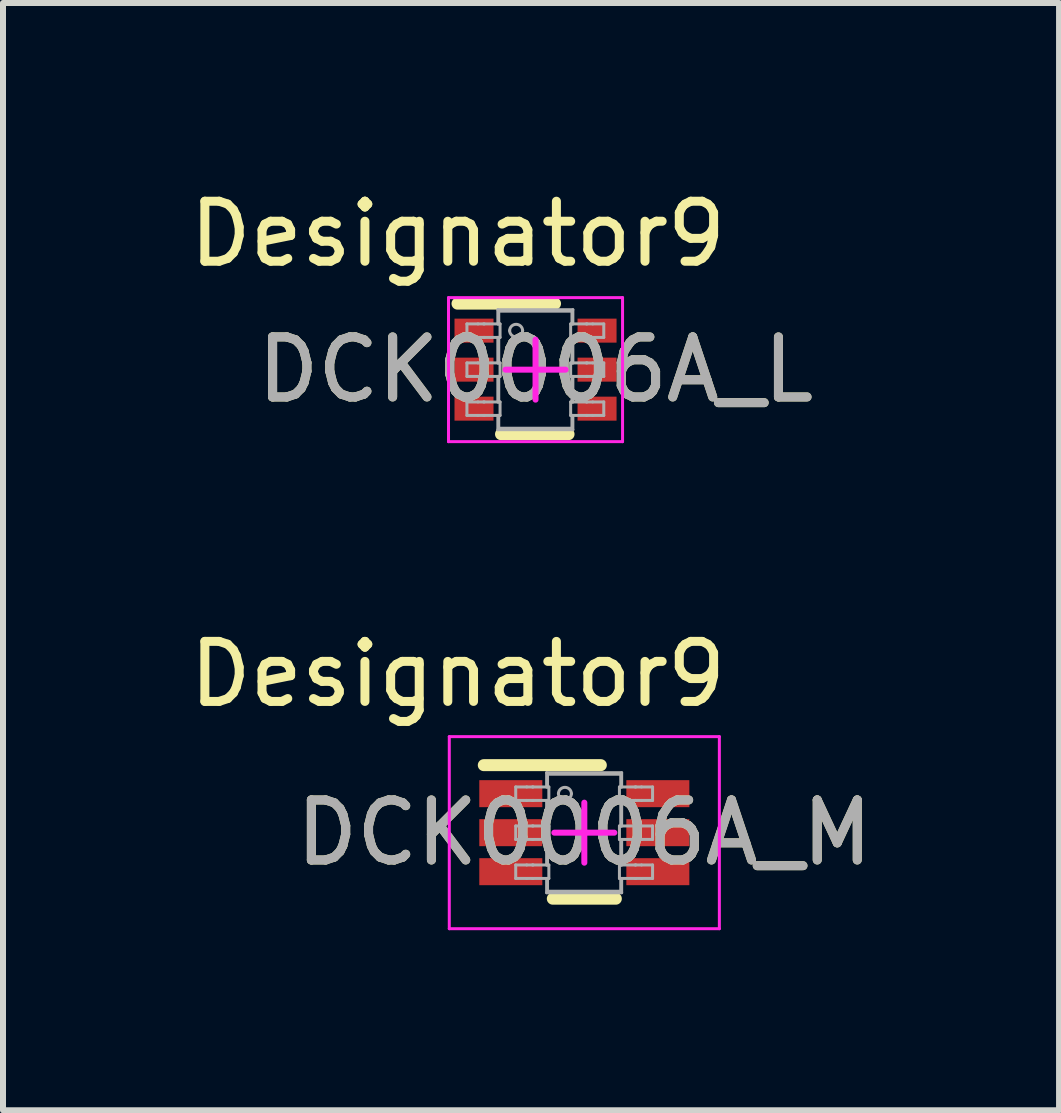
<source format=kicad_pcb>
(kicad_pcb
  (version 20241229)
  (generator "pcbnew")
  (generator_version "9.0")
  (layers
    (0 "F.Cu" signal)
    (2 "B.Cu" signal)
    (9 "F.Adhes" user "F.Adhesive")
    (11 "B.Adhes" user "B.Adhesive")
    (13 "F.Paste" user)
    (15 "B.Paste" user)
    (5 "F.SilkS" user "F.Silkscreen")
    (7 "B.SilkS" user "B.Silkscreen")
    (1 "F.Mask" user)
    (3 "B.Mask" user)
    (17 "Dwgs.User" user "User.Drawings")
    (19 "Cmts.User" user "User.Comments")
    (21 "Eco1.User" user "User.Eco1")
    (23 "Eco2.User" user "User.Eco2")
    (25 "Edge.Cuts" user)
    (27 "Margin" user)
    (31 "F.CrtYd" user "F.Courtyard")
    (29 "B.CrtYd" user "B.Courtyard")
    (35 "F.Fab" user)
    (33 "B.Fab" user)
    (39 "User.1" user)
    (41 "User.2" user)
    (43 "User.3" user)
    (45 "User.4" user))
  (footprint "DCK0006A_L"
    (layer "F.Cu")
    (at 5.873 3.109)
    (property "Reference" "DCK0006A_L" (at 0 0 0) (unlocked yes) (layer "F.SilkS") (effects (font (size 1 1) (thickness 0.15))))
    (attr smd)
    (fp_line (start -1.3 -1.1) (end 0.325 -1.1) (stroke (width 0.2) (type solid)) (layer "F.SilkS"))
    (fp_line (start -0.575 1.075) (end 0.55 1.075) (stroke (width 0.2) (type solid)) (layer "F.SilkS"))
    (fp_line (start -1.45 -1.2) (end 1.45 -1.2) (stroke (width 0.05) (type solid)) (layer "F.CrtYd"))
    (fp_line (start -1.45 1.2) (end -1.45 -1.2) (stroke (width 0.05) (type solid)) (layer "F.CrtYd"))
    (fp_line (start -1.45 1.2) (end 1.45 1.2) (stroke (width 0.05) (type solid)) (layer "F.CrtYd"))
    (fp_line (start -0.5 0) (end 0.5 0) (stroke (width 0.1) (type solid)) (layer "F.CrtYd"))
    (fp_line (start 0 0.5) (end 0 -0.5) (stroke (width 0.1) (type solid)) (layer "F.CrtYd"))
    (fp_line (start 1.45 1.2) (end 1.45 -1.2) (stroke (width 0.05) (type solid)) (layer "F.CrtYd"))
    (fp_line (start -1.143 -0.762) (end -0.959 -0.762) (stroke (width 0.05) (type solid)) (layer "F.Fab"))
    (fp_line (start -1.143 -0.537) (end -1.143 -0.762) (stroke (width 0.05) (type solid)) (layer "F.Fab"))
    (fp_line (start -1.143 -0.537) (end -0.959 -0.537) (stroke (width 0.05) (type solid)) (layer "F.Fab"))
    (fp_line (start -1.143 -0.112) (end -0.959 -0.112) (stroke (width 0.05) (type solid)) (layer "F.Fab"))
    (fp_line (start -1.143 0.113) (end -1.143 -0.112) (stroke (width 0.05) (type solid)) (layer "F.Fab"))
    (fp_line (start -1.143 0.113) (end -0.959 0.113) (stroke (width 0.05) (type solid)) (layer "F.Fab"))
    (fp_line (start -1.143 0.538) (end -0.959 0.538) (stroke (width 0.05) (type solid)) (layer "F.Fab"))
    (fp_line (start -1.143 0.763) (end -1.143 0.538) (stroke (width 0.05) (type solid)) (layer "F.Fab"))
    (fp_line (start -1.143 0.763) (end -0.959 0.763) (stroke (width 0.05) (type solid)) (layer "F.Fab"))
    (fp_line (start -0.959 -0.762) (end -0.865 -0.762) (stroke (width 0.05) (type solid)) (layer "F.Fab"))
    (fp_line (start -0.959 -0.537) (end -0.865 -0.537) (stroke (width 0.05) (type solid)) (layer "F.Fab"))
    (fp_line (start -0.959 -0.112) (end -0.865 -0.112) (stroke (width 0.05) (type solid)) (layer "F.Fab"))
    (fp_line (start -0.959 0.113) (end -0.865 0.113) (stroke (width 0.05) (type solid)) (layer "F.Fab"))
    (fp_line (start -0.959 0.538) (end -0.865 0.538) (stroke (width 0.05) (type solid)) (layer "F.Fab"))
    (fp_line (start -0.959 0.763) (end -0.865 0.763) (stroke (width 0.05) (type solid)) (layer "F.Fab"))
    (fp_line (start -0.865 -0.762) (end -0.853 -0.762) (stroke (width 0.05) (type solid)) (layer "F.Fab"))
    (fp_line (start -0.865 -0.537) (end -0.853 -0.537) (stroke (width 0.05) (type solid)) (layer "F.Fab"))
    (fp_line (start -0.865 -0.112) (end -0.853 -0.112) (stroke (width 0.05) (type solid)) (layer "F.Fab"))
    (fp_line (start -0.865 0.113) (end -0.853 0.113) (stroke (width 0.05) (type solid)) (layer "F.Fab"))
    (fp_line (start -0.865 0.538) (end -0.853 0.538) (stroke (width 0.05) (type solid)) (layer "F.Fab"))
    (fp_line (start -0.865 0.763) (end -0.853 0.763) (stroke (width 0.05) (type solid)) (layer "F.Fab"))
    (fp_line (start -0.853 -0.762) (end -0.628 -0.762) (stroke (width 0.05) (type solid)) (layer "F.Fab"))
    (fp_line (start -0.853 -0.537) (end -0.628 -0.537) (stroke (width 0.05) (type solid)) (layer "F.Fab"))
    (fp_line (start -0.853 -0.112) (end -0.628 -0.112) (stroke (width 0.05) (type solid)) (layer "F.Fab"))
    (fp_line (start -0.853 0.113) (end -0.628 0.113) (stroke (width 0.05) (type solid)) (layer "F.Fab"))
    (fp_line (start -0.853 0.538) (end -0.628 0.538) (stroke (width 0.05) (type solid)) (layer "F.Fab"))
    (fp_line (start -0.853 0.763) (end -0.628 0.763) (stroke (width 0.05) (type solid)) (layer "F.Fab"))
    (fp_line (start -0.628 -0.999) (end 0.622 -0.999) (stroke (width 0.05) (type solid)) (layer "F.Fab"))
    (fp_line (start -0.628 -0.762) (end -0.628 -0.999) (stroke (width 0.05) (type solid)) (layer "F.Fab"))
    (fp_line (start -0.628 -0.762) (end -0.591 -0.762) (stroke (width 0.05) (type solid)) (layer "F.Fab"))
    (fp_line (start -0.628 -0.537) (end -0.591 -0.537) (stroke (width 0.05) (type solid)) (layer "F.Fab"))
    (fp_line (start -0.628 -0.112) (end -0.628 -0.537) (stroke (width 0.05) (type solid)) (layer "F.Fab"))
    (fp_line (start -0.628 -0.112) (end -0.591 -0.112) (stroke (width 0.05) (type solid)) (layer "F.Fab"))
    (fp_line (start -0.628 0.113) (end -0.591 0.113) (stroke (width 0.05) (type solid)) (layer "F.Fab"))
    (fp_line (start -0.628 0.538) (end -0.628 0.113) (stroke (width 0.05) (type solid)) (layer "F.Fab"))
    (fp_line (start -0.628 0.538) (end -0.591 0.538) (stroke (width 0.05) (type solid)) (layer "F.Fab"))
    (fp_line (start -0.628 0.763) (end -0.591 0.763) (stroke (width 0.05) (type solid)) (layer "F.Fab"))
    (fp_line (start -0.628 1.001) (end -0.628 0.763) (stroke (width 0.05) (type solid)) (layer "F.Fab"))
    (fp_line (start -0.628 1.001) (end 0.622 1.001) (stroke (width 0.05) (type solid)) (layer "F.Fab"))
    (fp_line (start -0.613 -0.974) (end 0.607 -0.974) (stroke (width 0.05) (type solid)) (layer "F.Fab"))
    (fp_line (start -0.613 -0.762) (end -0.613 -0.974) (stroke (width 0.05) (type solid)) (layer "F.Fab"))
    (fp_line (start -0.613 -0.112) (end -0.613 -0.537) (stroke (width 0.05) (type solid)) (layer "F.Fab"))
    (fp_line (start -0.613 0.538) (end -0.613 0.113) (stroke (width 0.05) (type solid)) (layer "F.Fab"))
    (fp_line (start -0.613 0.976) (end -0.613 0.763) (stroke (width 0.05) (type solid)) (layer "F.Fab"))
    (fp_line (start -0.613 0.976) (end 0.607 0.976) (stroke (width 0.05) (type solid)) (layer "F.Fab"))
    (fp_line (start -0.591 -0.537) (end -0.591 -0.762) (stroke (width 0.05) (type solid)) (layer "F.Fab"))
    (fp_line (start -0.591 0.113) (end -0.591 -0.112) (stroke (width 0.05) (type solid)) (layer "F.Fab"))
    (fp_line (start -0.591 0.763) (end -0.591 0.538) (stroke (width 0.05) (type solid)) (layer "F.Fab"))
    (fp_line (start 0.585 -0.762) (end 0.622 -0.762) (stroke (width 0.05) (type solid)) (layer "F.Fab"))
    (fp_line (start 0.585 -0.537) (end 0.585 -0.762) (stroke (width 0.05) (type solid)) (layer "F.Fab"))
    (fp_line (start 0.585 -0.537) (end 0.622 -0.537) (stroke (width 0.05) (type solid)) (layer "F.Fab"))
    (fp_line (start 0.585 -0.112) (end 0.622 -0.112) (stroke (width 0.05) (type solid)) (layer "F.Fab"))
    (fp_line (start 0.585 0.113) (end 0.585 -0.112) (stroke (width 0.05) (type solid)) (layer "F.Fab"))
    (fp_line (start 0.585 0.113) (end 0.622 0.113) (stroke (width 0.05) (type solid)) (layer "F.Fab"))
    (fp_line (start 0.585 0.538) (end 0.622 0.538) (stroke (width 0.05) (type solid)) (layer "F.Fab"))
    (fp_line (start 0.585 0.763) (end 0.585 0.538) (stroke (width 0.05) (type solid)) (layer "F.Fab"))
    (fp_line (start 0.585 0.763) (end 0.622 0.763) (stroke (width 0.05) (type solid)) (layer "F.Fab"))
    (fp_line (start 0.607 -0.762) (end 0.607 -0.974) (stroke (width 0.05) (type solid)) (layer "F.Fab"))
    (fp_line (start 0.607 -0.112) (end 0.607 -0.537) (stroke (width 0.05) (type solid)) (layer "F.Fab"))
    (fp_line (start 0.607 0.538) (end 0.607 0.113) (stroke (width 0.05) (type solid)) (layer "F.Fab"))
    (fp_line (start 0.607 0.976) (end 0.607 0.763) (stroke (width 0.05) (type solid)) (layer "F.Fab"))
    (fp_line (start 0.622 -0.762) (end 0.622 -0.999) (stroke (width 0.05) (type solid)) (layer "F.Fab"))
    (fp_line (start 0.622 -0.762) (end 0.847 -0.762) (stroke (width 0.05) (type solid)) (layer "F.Fab"))
    (fp_line (start 0.622 -0.537) (end 0.847 -0.537) (stroke (width 0.05) (type solid)) (layer "F.Fab"))
    (fp_line (start 0.622 -0.112) (end 0.622 -0.537) (stroke (width 0.05) (type solid)) (layer "F.Fab"))
    (fp_line (start 0.622 -0.112) (end 0.847 -0.112) (stroke (width 0.05) (type solid)) (layer "F.Fab"))
    (fp_line (start 0.622 0.113) (end 0.847 0.113) (stroke (width 0.05) (type solid)) (layer "F.Fab"))
    (fp_line (start 0.622 0.538) (end 0.622 0.113) (stroke (width 0.05) (type solid)) (layer "F.Fab"))
    (fp_line (start 0.622 0.538) (end 0.847 0.538) (stroke (width 0.05) (type solid)) (layer "F.Fab"))
    (fp_line (start 0.622 0.763) (end 0.847 0.763) (stroke (width 0.05) (type solid)) (layer "F.Fab"))
    (fp_line (start 0.622 1.001) (end 0.622 0.763) (stroke (width 0.05) (type solid)) (layer "F.Fab"))
    (fp_line (start 0.847 -0.762) (end 0.859 -0.762) (stroke (width 0.05) (type solid)) (layer "F.Fab"))
    (fp_line (start 0.847 -0.537) (end 0.859 -0.537) (stroke (width 0.05) (type solid)) (layer "F.Fab"))
    (fp_line (start 0.847 -0.112) (end 0.859 -0.112) (stroke (width 0.05) (type solid)) (layer "F.Fab"))
    (fp_line (start 0.847 0.113) (end 0.859 0.113) (stroke (width 0.05) (type solid)) (layer "F.Fab"))
    (fp_line (start 0.847 0.538) (end 0.859 0.538) (stroke (width 0.05) (type solid)) (layer "F.Fab"))
    (fp_line (start 0.847 0.763) (end 0.859 0.763) (stroke (width 0.05) (type solid)) (layer "F.Fab"))
    (fp_line (start 0.859 -0.762) (end 0.953 -0.762) (stroke (width 0.05) (type solid)) (layer "F.Fab"))
    (fp_line (start 0.859 -0.537) (end 0.953 -0.537) (stroke (width 0.05) (type solid)) (layer "F.Fab"))
    (fp_line (start 0.859 -0.112) (end 0.953 -0.112) (stroke (width 0.05) (type solid)) (layer "F.Fab"))
    (fp_line (start 0.859 0.113) (end 0.953 0.113) (stroke (width 0.05) (type solid)) (layer "F.Fab"))
    (fp_line (start 0.859 0.538) (end 0.953 0.538) (stroke (width 0.05) (type solid)) (layer "F.Fab"))
    (fp_line (start 0.859 0.763) (end 0.953 0.763) (stroke (width 0.05) (type solid)) (layer "F.Fab"))
    (fp_line (start 0.953 -0.762) (end 1.137 -0.762) (stroke (width 0.05) (type solid)) (layer "F.Fab"))
    (fp_line (start 0.953 -0.537) (end 1.137 -0.537) (stroke (width 0.05) (type solid)) (layer "F.Fab"))
    (fp_line (start 0.953 -0.112) (end 1.137 -0.112) (stroke (width 0.05) (type solid)) (layer "F.Fab"))
    (fp_line (start 0.953 0.113) (end 1.137 0.113) (stroke (width 0.05) (type solid)) (layer "F.Fab"))
    (fp_line (start 0.953 0.538) (end 1.137 0.538) (stroke (width 0.05) (type solid)) (layer "F.Fab"))
    (fp_line (start 0.953 0.763) (end 1.137 0.763) (stroke (width 0.05) (type solid)) (layer "F.Fab"))
    (fp_line (start 1.137 -0.537) (end 1.137 -0.762) (stroke (width 0.05) (type solid)) (layer "F.Fab"))
    (fp_line (start 1.137 0.113) (end 1.137 -0.112) (stroke (width 0.05) (type solid)) (layer "F.Fab"))
    (fp_line (start 1.137 0.763) (end 1.137 0.538) (stroke (width 0.05) (type solid)) (layer "F.Fab"))
    (fp_arc (start -0.431546 -0.650138) (mid -0.323177 -0.758507) (end -0.214808 -0.650138) (stroke (width 0.05) (type solid)) (layer "F.Fab"))
    (fp_arc (start -0.214808 -0.650138) (mid -0.323177 -0.541769) (end -0.431546 -0.650138) (stroke (width 0.05) (type solid)) (layer "F.Fab"))
    (fp_text user "Designator9" (at -1.295 -2.261 0) (unlocked yes) (layer "F.SilkS") (effects (font (size 1 1) (thickness 0.15))))
    (fp_text user "${REFERENCE}" (at 0 0 0) (unlocked yes) (layer "F.Fab") (effects (font (size 1 1) (thickness 0.15))))
    (pad "1" smd rect (at -1.025 -0.65 90) (size 0.4 0.65) (layers "F.Cu" "F.Mask" "F.Paste"))
    (pad "2" smd rect (at -1.025 0 90) (size 0.4 0.65) (layers "F.Cu" "F.Mask" "F.Paste"))
    (pad "3" smd rect (at -1.025 0.65 90) (size 0.4 0.65) (layers "F.Cu" "F.Mask" "F.Paste"))
    (pad "4" smd rect (at 1.025 0.65 90) (size 0.4 0.65) (layers "F.Cu" "F.Mask" "F.Paste"))
    (pad "5" smd rect (at 1.025 0 90) (size 0.4 0.65) (layers "F.Cu" "F.Mask" "F.Paste"))
    (pad "6" smd rect (at 1.025 -0.65 90) (size 0.4 0.65) (layers "F.Cu" "F.Mask" "F.Paste")))
  (footprint "DCK0006A_M"
    (layer "F.Cu")
    (at 6.686 10.824)
    (property "Reference" "DCK0006A_M" (at 0 0 0) (unlocked yes) (layer "F.SilkS") (effects (font (size 1 1) (thickness 0.15))))
    (attr smd)
    (fp_line (start -1.675 -1.125) (end 0.275 -1.125) (stroke (width 0.2) (type solid)) (layer "F.SilkS"))
    (fp_line (start -0.525 1.1) (end 0.525 1.1) (stroke (width 0.2) (type solid)) (layer "F.SilkS"))
    (fp_line (start -2.25 -1.6) (end 2.25 -1.6) (stroke (width 0.05) (type solid)) (layer "F.CrtYd"))
    (fp_line (start -2.25 1.6) (end -2.25 -1.6) (stroke (width 0.05) (type solid)) (layer "F.CrtYd"))
    (fp_line (start -2.25 1.6) (end 2.25 1.6) (stroke (width 0.05) (type solid)) (layer "F.CrtYd"))
    (fp_line (start -0.5 0) (end 0.5 0) (stroke (width 0.1) (type solid)) (layer "F.CrtYd"))
    (fp_line (start -0.000003 0.5) (end -0.000003 -0.5) (stroke (width 0.1) (type solid)) (layer "F.CrtYd"))
    (fp_line (start 2.25 1.6) (end 2.25 -1.6) (stroke (width 0.05) (type solid)) (layer "F.CrtYd"))
    (fp_line (start -1.143 -0.762) (end -0.959 -0.762) (stroke (width 0.05) (type solid)) (layer "F.Fab"))
    (fp_line (start -1.143 -0.537) (end -1.143 -0.762) (stroke (width 0.05) (type solid)) (layer "F.Fab"))
    (fp_line (start -1.143 -0.537) (end -0.959 -0.537) (stroke (width 0.05) (type solid)) (layer "F.Fab"))
    (fp_line (start -1.143 -0.112) (end -0.959 -0.112) (stroke (width 0.05) (type solid)) (layer "F.Fab"))
    (fp_line (start -1.143 0.113) (end -1.143 -0.112) (stroke (width 0.05) (type solid)) (layer "F.Fab"))
    (fp_line (start -1.143 0.113) (end -0.959 0.113) (stroke (width 0.05) (type solid)) (layer "F.Fab"))
    (fp_line (start -1.143 0.538) (end -0.959 0.538) (stroke (width 0.05) (type solid)) (layer "F.Fab"))
    (fp_line (start -1.143 0.763) (end -1.143 0.538) (stroke (width 0.05) (type solid)) (layer "F.Fab"))
    (fp_line (start -1.143 0.763) (end -0.959 0.763) (stroke (width 0.05) (type solid)) (layer "F.Fab"))
    (fp_line (start -0.959 -0.762) (end -0.865 -0.762) (stroke (width 0.05) (type solid)) (layer "F.Fab"))
    (fp_line (start -0.959 -0.537) (end -0.865 -0.537) (stroke (width 0.05) (type solid)) (layer "F.Fab"))
    (fp_line (start -0.959 -0.112) (end -0.865 -0.112) (stroke (width 0.05) (type solid)) (layer "F.Fab"))
    (fp_line (start -0.959 0.113) (end -0.865 0.113) (stroke (width 0.05) (type solid)) (layer "F.Fab"))
    (fp_line (start -0.959 0.538) (end -0.865 0.538) (stroke (width 0.05) (type solid)) (layer "F.Fab"))
    (fp_line (start -0.959 0.763) (end -0.865 0.763) (stroke (width 0.05) (type solid)) (layer "F.Fab"))
    (fp_line (start -0.865 -0.762) (end -0.853 -0.762) (stroke (width 0.05) (type solid)) (layer "F.Fab"))
    (fp_line (start -0.865 -0.537) (end -0.853 -0.537) (stroke (width 0.05) (type solid)) (layer "F.Fab"))
    (fp_line (start -0.865 -0.112) (end -0.853 -0.112) (stroke (width 0.05) (type solid)) (layer "F.Fab"))
    (fp_line (start -0.865 0.113) (end -0.853 0.113) (stroke (width 0.05) (type solid)) (layer "F.Fab"))
    (fp_line (start -0.865 0.538) (end -0.853 0.538) (stroke (width 0.05) (type solid)) (layer "F.Fab"))
    (fp_line (start -0.865 0.763) (end -0.853 0.763) (stroke (width 0.05) (type solid)) (layer "F.Fab"))
    (fp_line (start -0.853 -0.762) (end -0.628 -0.762) (stroke (width 0.05) (type solid)) (layer "F.Fab"))
    (fp_line (start -0.853 -0.537) (end -0.628 -0.537) (stroke (width 0.05) (type solid)) (layer "F.Fab"))
    (fp_line (start -0.853 -0.112) (end -0.628 -0.112) (stroke (width 0.05) (type solid)) (layer "F.Fab"))
    (fp_line (start -0.853 0.113) (end -0.628 0.113) (stroke (width 0.05) (type solid)) (layer "F.Fab"))
    (fp_line (start -0.853 0.538) (end -0.628 0.538) (stroke (width 0.05) (type solid)) (layer "F.Fab"))
    (fp_line (start -0.853 0.763) (end -0.628 0.763) (stroke (width 0.05) (type solid)) (layer "F.Fab"))
    (fp_line (start -0.628 -0.999) (end 0.622 -0.999) (stroke (width 0.05) (type solid)) (layer "F.Fab"))
    (fp_line (start -0.628 -0.762) (end -0.628 -0.999) (stroke (width 0.05) (type solid)) (layer "F.Fab"))
    (fp_line (start -0.628 -0.762) (end -0.591 -0.762) (stroke (width 0.05) (type solid)) (layer "F.Fab"))
    (fp_line (start -0.628 -0.537) (end -0.591 -0.537) (stroke (width 0.05) (type solid)) (layer "F.Fab"))
    (fp_line (start -0.628 -0.112) (end -0.628 -0.537) (stroke (width 0.05) (type solid)) (layer "F.Fab"))
    (fp_line (start -0.628 -0.112) (end -0.591 -0.112) (stroke (width 0.05) (type solid)) (layer "F.Fab"))
    (fp_line (start -0.628 0.113) (end -0.591 0.113) (stroke (width 0.05) (type solid)) (layer "F.Fab"))
    (fp_line (start -0.628 0.538) (end -0.628 0.113) (stroke (width 0.05) (type solid)) (layer "F.Fab"))
    (fp_line (start -0.628 0.538) (end -0.591 0.538) (stroke (width 0.05) (type solid)) (layer "F.Fab"))
    (fp_line (start -0.628 0.763) (end -0.591 0.763) (stroke (width 0.05) (type solid)) (layer "F.Fab"))
    (fp_line (start -0.628 1.001) (end -0.628 0.763) (stroke (width 0.05) (type solid)) (layer "F.Fab"))
    (fp_line (start -0.628 1.001) (end 0.622 1.001) (stroke (width 0.05) (type solid)) (layer "F.Fab"))
    (fp_line (start -0.613 -0.974) (end 0.607 -0.974) (stroke (width 0.05) (type solid)) (layer "F.Fab"))
    (fp_line (start -0.613 -0.762) (end -0.613 -0.974) (stroke (width 0.05) (type solid)) (layer "F.Fab"))
    (fp_line (start -0.613 -0.112) (end -0.613 -0.537) (stroke (width 0.05) (type solid)) (layer "F.Fab"))
    (fp_line (start -0.613 0.538) (end -0.613 0.113) (stroke (width 0.05) (type solid)) (layer "F.Fab"))
    (fp_line (start -0.613 0.976) (end -0.613 0.763) (stroke (width 0.05) (type solid)) (layer "F.Fab"))
    (fp_line (start -0.613 0.976) (end 0.607 0.976) (stroke (width 0.05) (type solid)) (layer "F.Fab"))
    (fp_line (start -0.591 -0.537) (end -0.591 -0.762) (stroke (width 0.05) (type solid)) (layer "F.Fab"))
    (fp_line (start -0.591 0.113) (end -0.591 -0.112) (stroke (width 0.05) (type solid)) (layer "F.Fab"))
    (fp_line (start -0.591 0.763) (end -0.591 0.538) (stroke (width 0.05) (type solid)) (layer "F.Fab"))
    (fp_line (start 0.585 -0.762) (end 0.622 -0.762) (stroke (width 0.05) (type solid)) (layer "F.Fab"))
    (fp_line (start 0.585 -0.537) (end 0.585 -0.762) (stroke (width 0.05) (type solid)) (layer "F.Fab"))
    (fp_line (start 0.585 -0.537) (end 0.622 -0.537) (stroke (width 0.05) (type solid)) (layer "F.Fab"))
    (fp_line (start 0.585 -0.112) (end 0.622 -0.112) (stroke (width 0.05) (type solid)) (layer "F.Fab"))
    (fp_line (start 0.585 0.113) (end 0.585 -0.112) (stroke (width 0.05) (type solid)) (layer "F.Fab"))
    (fp_line (start 0.585 0.113) (end 0.622 0.113) (stroke (width 0.05) (type solid)) (layer "F.Fab"))
    (fp_line (start 0.585 0.538) (end 0.622 0.538) (stroke (width 0.05) (type solid)) (layer "F.Fab"))
    (fp_line (start 0.585 0.763) (end 0.585 0.538) (stroke (width 0.05) (type solid)) (layer "F.Fab"))
    (fp_line (start 0.585 0.763) (end 0.622 0.763) (stroke (width 0.05) (type solid)) (layer "F.Fab"))
    (fp_line (start 0.607 -0.762) (end 0.607 -0.974) (stroke (width 0.05) (type solid)) (layer "F.Fab"))
    (fp_line (start 0.607 -0.112) (end 0.607 -0.537) (stroke (width 0.05) (type solid)) (layer "F.Fab"))
    (fp_line (start 0.607 0.538) (end 0.607 0.113) (stroke (width 0.05) (type solid)) (layer "F.Fab"))
    (fp_line (start 0.607 0.976) (end 0.607 0.763) (stroke (width 0.05) (type solid)) (layer "F.Fab"))
    (fp_line (start 0.622 -0.762) (end 0.622 -0.999) (stroke (width 0.05) (type solid)) (layer "F.Fab"))
    (fp_line (start 0.622 -0.762) (end 0.847 -0.762) (stroke (width 0.05) (type solid)) (layer "F.Fab"))
    (fp_line (start 0.622 -0.537) (end 0.847 -0.537) (stroke (width 0.05) (type solid)) (layer "F.Fab"))
    (fp_line (start 0.622 -0.112) (end 0.622 -0.537) (stroke (width 0.05) (type solid)) (layer "F.Fab"))
    (fp_line (start 0.622 -0.112) (end 0.847 -0.112) (stroke (width 0.05) (type solid)) (layer "F.Fab"))
    (fp_line (start 0.622 0.113) (end 0.847 0.113) (stroke (width 0.05) (type solid)) (layer "F.Fab"))
    (fp_line (start 0.622 0.538) (end 0.622 0.113) (stroke (width 0.05) (type solid)) (layer "F.Fab"))
    (fp_line (start 0.622 0.538) (end 0.847 0.538) (stroke (width 0.05) (type solid)) (layer "F.Fab"))
    (fp_line (start 0.622 0.763) (end 0.847 0.763) (stroke (width 0.05) (type solid)) (layer "F.Fab"))
    (fp_line (start 0.622 1.001) (end 0.622 0.763) (stroke (width 0.05) (type solid)) (layer "F.Fab"))
    (fp_line (start 0.847 -0.762) (end 0.859 -0.762) (stroke (width 0.05) (type solid)) (layer "F.Fab"))
    (fp_line (start 0.847 -0.537) (end 0.859 -0.537) (stroke (width 0.05) (type solid)) (layer "F.Fab"))
    (fp_line (start 0.847 -0.112) (end 0.859 -0.112) (stroke (width 0.05) (type solid)) (layer "F.Fab"))
    (fp_line (start 0.847 0.113) (end 0.859 0.113) (stroke (width 0.05) (type solid)) (layer "F.Fab"))
    (fp_line (start 0.847 0.538) (end 0.859 0.538) (stroke (width 0.05) (type solid)) (layer "F.Fab"))
    (fp_line (start 0.847 0.763) (end 0.859 0.763) (stroke (width 0.05) (type solid)) (layer "F.Fab"))
    (fp_line (start 0.859 -0.762) (end 0.953 -0.762) (stroke (width 0.05) (type solid)) (layer "F.Fab"))
    (fp_line (start 0.859 -0.537) (end 0.953 -0.537) (stroke (width 0.05) (type solid)) (layer "F.Fab"))
    (fp_line (start 0.859 -0.112) (end 0.953 -0.112) (stroke (width 0.05) (type solid)) (layer "F.Fab"))
    (fp_line (start 0.859 0.113) (end 0.953 0.113) (stroke (width 0.05) (type solid)) (layer "F.Fab"))
    (fp_line (start 0.859 0.538) (end 0.953 0.538) (stroke (width 0.05) (type solid)) (layer "F.Fab"))
    (fp_line (start 0.859 0.763) (end 0.953 0.763) (stroke (width 0.05) (type solid)) (layer "F.Fab"))
    (fp_line (start 0.953 -0.762) (end 1.137 -0.762) (stroke (width 0.05) (type solid)) (layer "F.Fab"))
    (fp_line (start 0.953 -0.537) (end 1.137 -0.537) (stroke (width 0.05) (type solid)) (layer "F.Fab"))
    (fp_line (start 0.953 -0.112) (end 1.137 -0.112) (stroke (width 0.05) (type solid)) (layer "F.Fab"))
    (fp_line (start 0.953 0.113) (end 1.137 0.113) (stroke (width 0.05) (type solid)) (layer "F.Fab"))
    (fp_line (start 0.953 0.538) (end 1.137 0.538) (stroke (width 0.05) (type solid)) (layer "F.Fab"))
    (fp_line (start 0.953 0.763) (end 1.137 0.763) (stroke (width 0.05) (type solid)) (layer "F.Fab"))
    (fp_line (start 1.137 -0.537) (end 1.137 -0.762) (stroke (width 0.05) (type solid)) (layer "F.Fab"))
    (fp_line (start 1.137 0.113) (end 1.137 -0.112) (stroke (width 0.05) (type solid)) (layer "F.Fab"))
    (fp_line (start 1.137 0.763) (end 1.137 0.538) (stroke (width 0.05) (type solid)) (layer "F.Fab"))
    (fp_arc (start -0.431546 -0.650138) (mid -0.323177 -0.758507) (end -0.214808 -0.650138) (stroke (width 0.05) (type solid)) (layer "F.Fab"))
    (fp_arc (start -0.214808 -0.650138) (mid -0.323177 -0.541769) (end -0.431546 -0.650138) (stroke (width 0.05) (type solid)) (layer "F.Fab"))
    (fp_text user "Designator9" (at -2.108 -2.642 0) (unlocked yes) (layer "F.SilkS") (effects (font (size 1 1) (thickness 0.15))))
    (fp_text user "${REFERENCE}" (at 0 0 0) (unlocked yes) (layer "F.Fab") (effects (font (size 1 1) (thickness 0.15))))
    (pad "1" smd rect (at -1.225 -0.65 90) (size 0.45 1.05) (layers "F.Cu" "F.Mask" "F.Paste"))
    (pad "2" smd rect (at -1.225 0 90) (size 0.45 1.05) (layers "F.Cu" "F.Mask" "F.Paste"))
    (pad "3" smd rect (at -1.225 0.65 90) (size 0.45 1.05) (layers "F.Cu" "F.Mask" "F.Paste"))
    (pad "4" smd rect (at 1.225 0.65 90) (size 0.45 1.05) (layers "F.Cu" "F.Mask" "F.Paste"))
    (pad "5" smd rect (at 1.225 0 90) (size 0.45 1.05) (layers "F.Cu" "F.Mask" "F.Paste"))
    (pad "6" smd rect (at 1.225 -0.65 90) (size 0.45 1.05) (layers "F.Cu" "F.Mask" "F.Paste")))
  (gr_rect
    (start -3 -3)
    (end 14.596 15.449)
    (stroke (width 0.1) (type default))
    (fill no)
    (layer "Edge.Cuts")))
</source>
